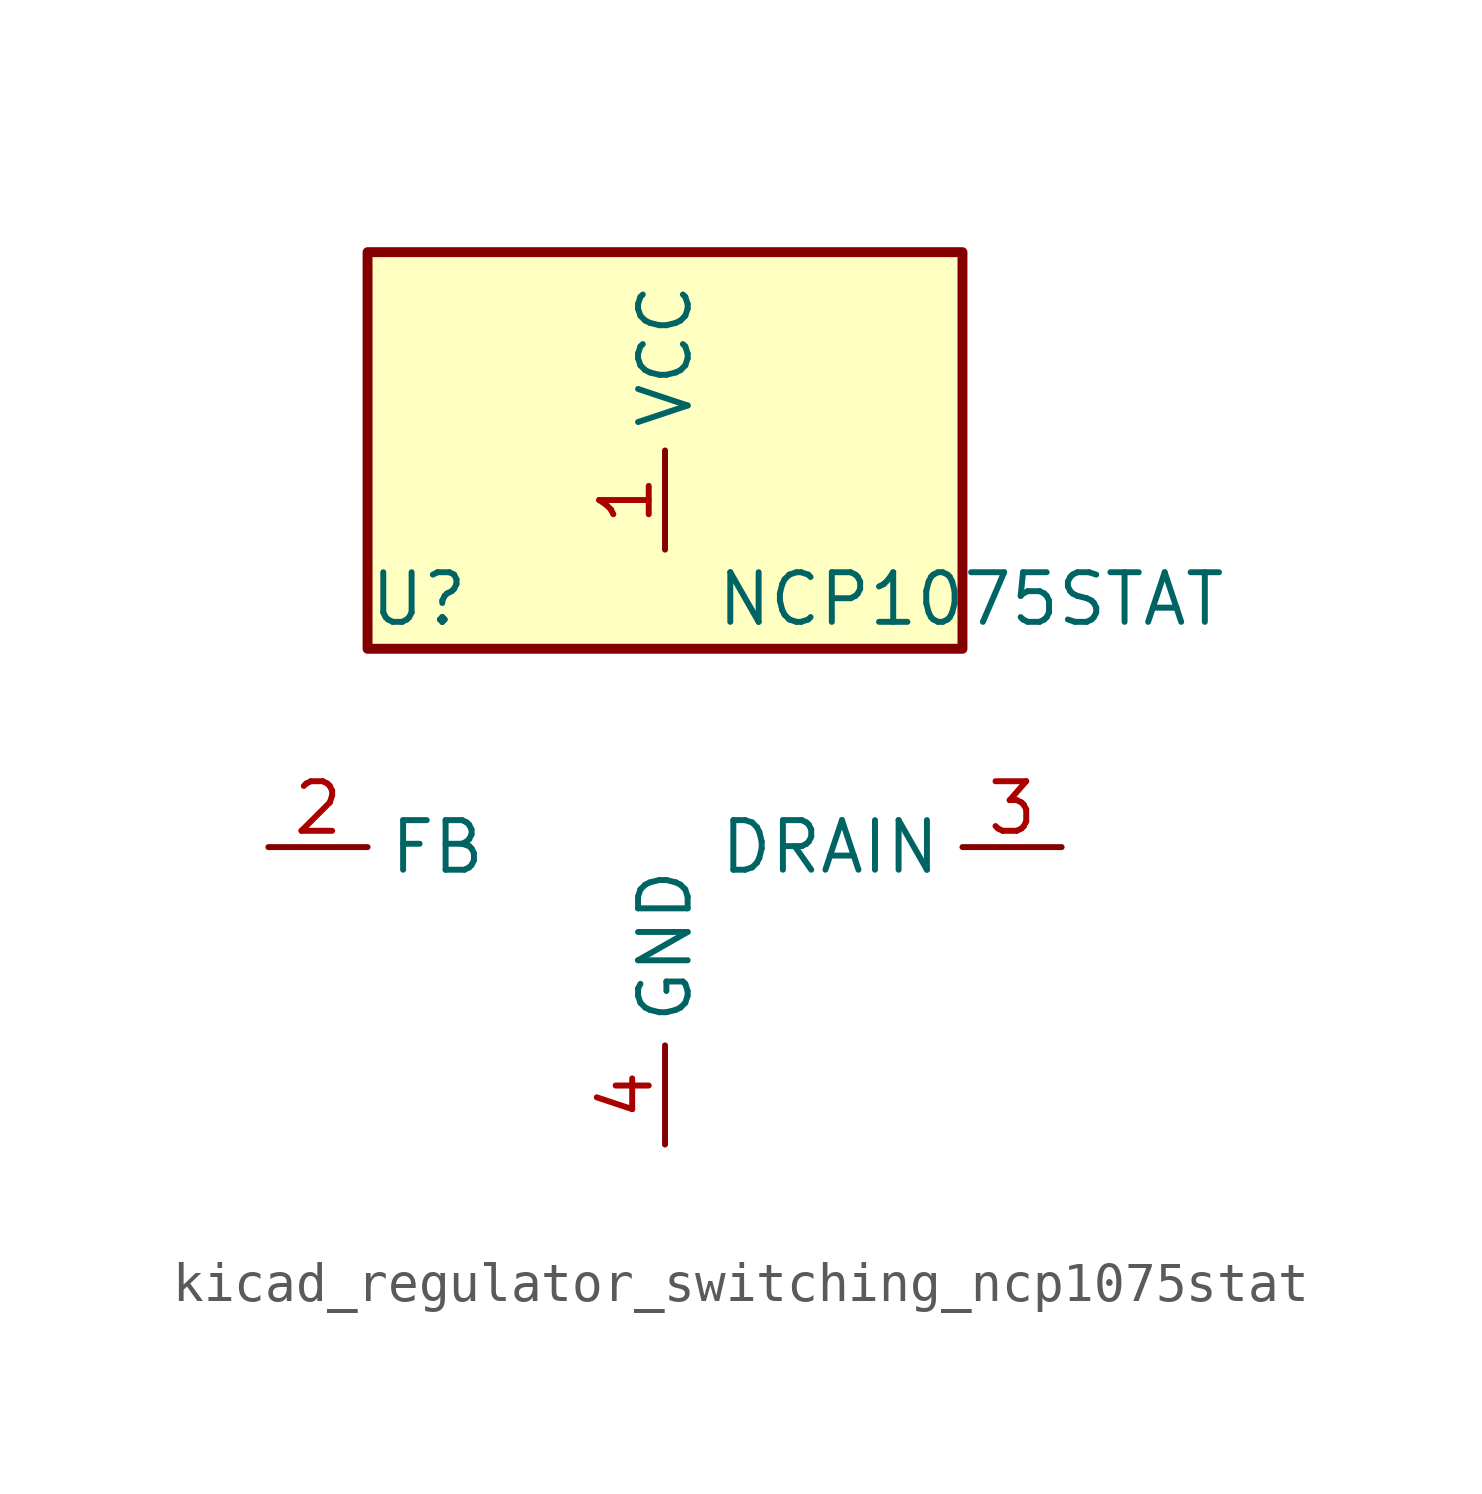
<source format=kicad_sym>
(kicad_symbol_lib
  (version 20220914)
  (generator kicad_symbol_editor)
  (symbol "kicad_regulator_switching_ncp1075stat"
    (property "Reference" "U"
      (at -7.62 6.35 0)
      (effects (font (size 1.27 1.27)) (justify left)))
    (property "Value" "NCP1075STAT"
      (at 1.27 6.35 0)
      (effects (font (size 1.27 1.27)) (justify left)))
    (symbol "kicad_regulator_switching_ncp1075stat_0_1"
      (rectangle (start 7.62 15.24) (end -7.62 5.08) (stroke (width 0.254) (type default)) (fill (type background))))
    (symbol "kicad_regulator_switching_ncp1075stat_1_1"
      (pin power_in line (at 0 7.62 90) (length 2.54) (name "VCC" (effects (font (size 1.27 1.27)))) (number "1" (effects (font (size 1.27 1.27)))))
      (pin input line (at -10.16 0 0) (length 2.54) (name "FB" (effects (font (size 1.27 1.27)))) (number "2" (effects (font (size 1.27 1.27)))))
      (pin open_collector line (at 10.16 0 180) (length 2.54) (name "DRAIN" (effects (font (size 1.27 1.27)))) (number "3" (effects (font (size 1.27 1.27)))))
      (pin power_in line (at 0 -7.62 90) (length 2.54) (name "GND" (effects (font (size 1.27 1.27)))) (number "4" (effects (font (size 1.27 1.27))))))))
</source>
